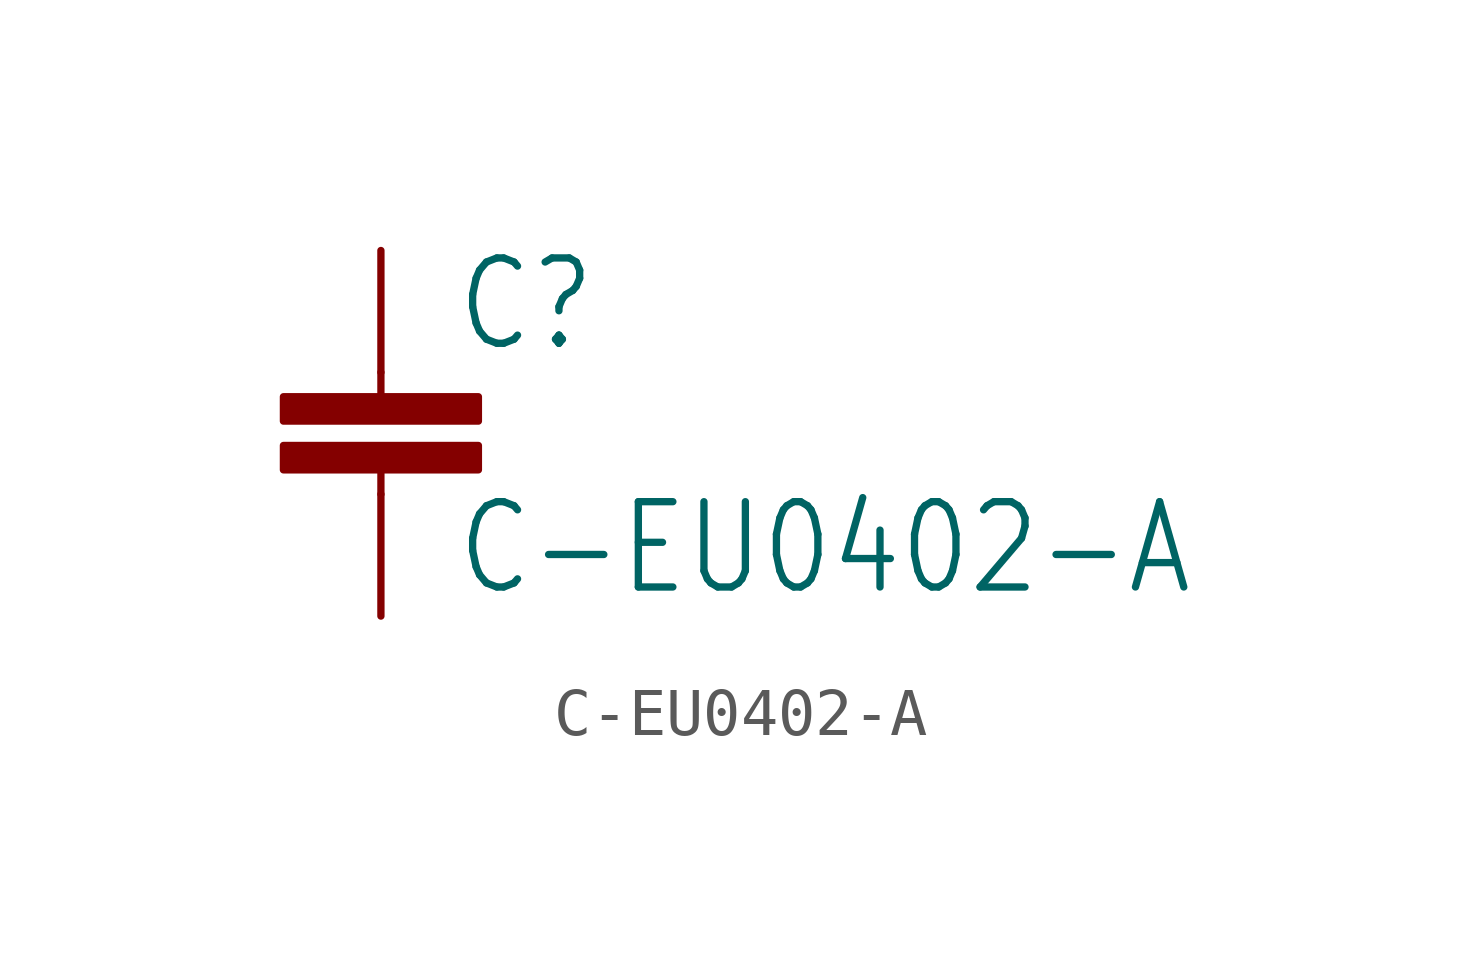
<source format=kicad_sym>
(kicad_symbol_lib
  (version 20210619)
  (generator kicad_symbol_editor)
  (symbol "C-EU0402-A"
    (property "Reference" "C"
      (at 1.524 0.381 0)
      (effects (font (size 1.778 1.511)) (justify left bottom)))
    (property "Value" "C-EU0402-A"
      (at 1.524 -4.699 0)
      (effects (font (size 1.778 1.511)) (justify left bottom)))
    (property "ki_locked" ""
      (at 0 0 0)
      (effects (font (size 1.27 1.27))))
    (symbol "C-EU0402-A_1_0"
      (rectangle (start -2.032 -2.032) (end 2.032 -1.524) (stroke (width 0)) (fill (type outline)))
      (rectangle (start -2.032 -1.016) (end 2.032 -0.508) (stroke (width 0)) (fill (type outline)))
      (polyline (pts (xy 0 -2.54) (xy 0 -2.032)) (stroke (width 0.152)) (fill (type none)))
      (polyline (pts (xy 0 0) (xy 0 -0.508)) (stroke (width 0.152)) (fill (type none)))
      (pin passive line (at 0 2.54 270) (length 2.54) (name "1" (effects (font (size 0 0)))) (number "1" (effects (font (size 0 0)))))
      (pin passive line (at 0 -5.08 90) (length 2.54) (name "2" (effects (font (size 0 0)))) (number "2" (effects (font (size 0 0))))))))
</source>
